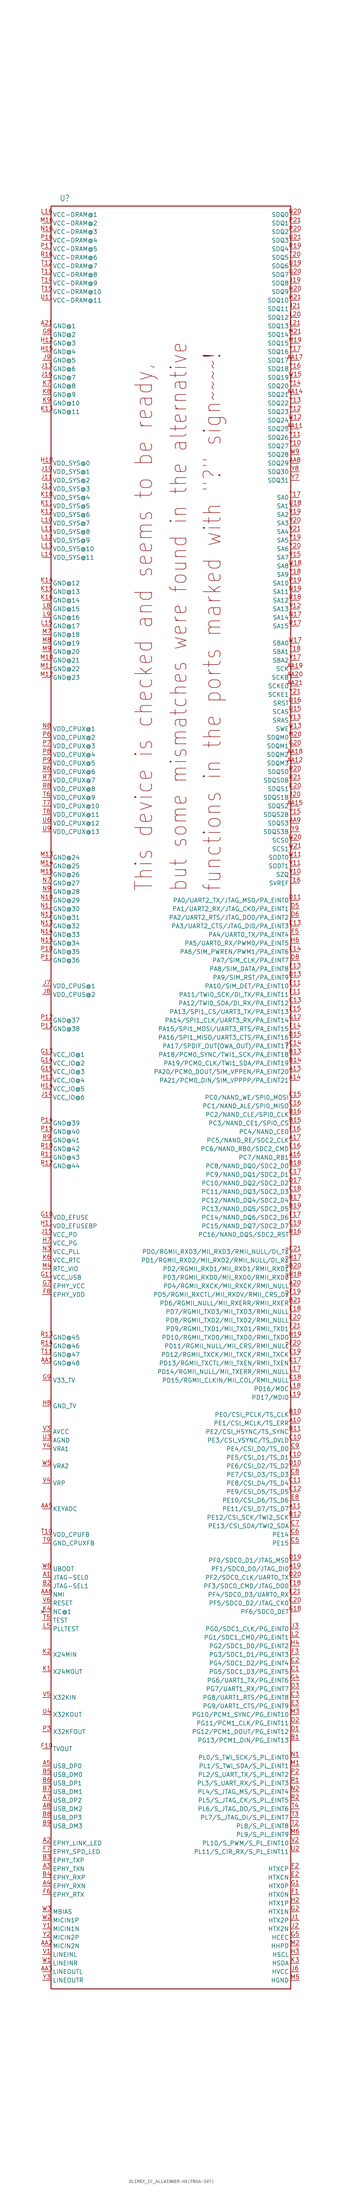
<source format=kicad_sym>
(kicad_symbol_lib
  (version 20231120)
  (generator "kicad_symbol_editor")
  (generator_version "8.0")
  (symbol "OLIMEX_IC_ALLWINNER-H3(FBGA-347)"
    (property "Reference" "U"
      (at -33.02 265.43 0)
      (effects (font (size 1.778 1.511)) (justify left bottom)))
    (property "Value" ""
      (at -33.02 -266.7 0)
      (effects (font (size 1.778 1.511)) (justify left bottom)))
    (property "ki_locked" ""
      (at 0 0 0)
      (effects (font (size 1.27 1.27))))
    (symbol "OLIMEX_IC_ALLWINNER-H3(FBGA-347)_1_0"
      (polyline (pts (xy -35.56 -264.16) (xy -35.56 264.16)) (stroke (width 0.254) (type solid)) (fill (type none)))
      (polyline (pts (xy -35.56 264.16) (xy 35.56 264.16)) (stroke (width 0.254) (type solid)) (fill (type none)))
      (polyline (pts (xy 35.56 -264.16) (xy -35.56 -264.16)) (stroke (width 0.254) (type solid)) (fill (type none)))
      (polyline (pts (xy 35.56 264.16) (xy 35.56 -264.16)) (stroke (width 0.254) (type solid)) (fill (type none)))
      (text "?" (at 33.655 -74.549 0) (effects (font (size 1.778 1.511)) (justify left bottom)))
      (text "?" (at 33.655 -59.309 0) (effects (font (size 1.778 1.511)) (justify left bottom)))
      (text "?" (at 33.655 -54.229 0) (effects (font (size 1.778 1.511)) (justify left bottom)))
      (text "?" (at 33.655 -51.689 0) (effects (font (size 1.778 1.511)) (justify left bottom)))
      (text "?" (at 33.655 -49.149 0) (effects (font (size 1.778 1.511)) (justify left bottom)))
      (text "?" (at 33.655 -46.609 0) (effects (font (size 1.778 1.511)) (justify left bottom)))
      (text "?" (at 33.655 14.351 0) (effects (font (size 1.778 1.511)) (justify left bottom)))
      (text "but some mismatches were found in the alternative" (at 5.08 60.96 900) (effects (font (size 4.826 4.102)) (justify left bottom)))
      (text "functions in the ports marked with \"?\" sign~~~~!" (at 15.24 60.96 900) (effects (font (size 5.08 4.318)) (justify left bottom)))
      (text "This device is checked and seems to be ready," (at -5.08 60.96 900) (effects (font (size 5.08 4.318)) (justify left bottom)))
      (pin input line (at -38.1 -142.24 0) (length 2.54) (name "JTAG-SEL0" (effects (font (size 1.27 1.27)))) (number "A1" (effects (font (size 1.27 1.27)))))
      (pin bidirectional line (at 38.1 -96.52 180) (length 2.54) (name "PE1/CSI_MCLK/TS_ERR" (effects (font (size 1.27 1.27)))) (number "A10" (effects (font (size 1.27 1.27)))))
      (pin bidirectional line (at 38.1 -121.92 180) (length 2.54) (name "PE11/CSI_D7/TS_D7" (effects (font (size 1.27 1.27)))) (number "A11" (effects (font (size 1.27 1.27)))))
      (pin bidirectional line (at 38.1 7.62 180) (length 2.54) (name "PA20/PCM0_DOUT/SIM_VPPEN/PA_EINT20" (effects (font (size 1.27 1.27)))) (number "A13" (effects (font (size 1.27 1.27)))))
      (pin bidirectional line (at 38.1 5.08 180) (length 2.54) (name "PA21/PCM0_DIN/SIM_VPPPP/PA_EINT21" (effects (font (size 1.27 1.27)))) (number "A14" (effects (font (size 1.27 1.27)))))
      (pin bidirectional line (at 38.1 -17.78 180) (length 2.54) (name "PC7/NAND_RB1" (effects (font (size 1.27 1.27)))) (number "A16" (effects (font (size 1.27 1.27)))))
      (pin bidirectional line (at 38.1 -12.7 180) (length 2.54) (name "PC5/NAND_RE/SDC2_CLK" (effects (font (size 1.27 1.27)))) (number "A17" (effects (font (size 1.27 1.27)))))
      (pin bidirectional line (at 38.1 -139.7 180) (length 2.54) (name "PF1/SDC0_D0/JTAG_DI0" (effects (font (size 1.27 1.27)))) (number "A19" (effects (font (size 1.27 1.27)))))
      (pin output line (at -38.1 -220.98 0) (length 2.54) (name "EPHY_LINK_LED" (effects (font (size 1.27 1.27)))) (number "A2" (effects (font (size 1.27 1.27)))))
      (pin bidirectional line (at 38.1 -55.88 180) (length 2.54) (name "PD4/RGMII_RXCK/MII_RXCK/RMII_NULL" (effects (font (size 1.27 1.27)))) (number "A20" (effects (font (size 1.27 1.27)))))
      (pin power_in line (at -38.1 228.6 0) (length 2.54) (name "GND@1" (effects (font (size 1.27 1.27)))) (number "A21" (effects (font (size 1.27 1.27)))))
      (pin bidirectional line (at -38.1 -228.6 0) (length 2.54) (name "EPHY_TXN" (effects (font (size 1.27 1.27)))) (number "A3" (effects (font (size 1.27 1.27)))))
      (pin bidirectional line (at -38.1 -233.68 0) (length 2.54) (name "EPHY_RXN" (effects (font (size 1.27 1.27)))) (number "A4" (effects (font (size 1.27 1.27)))))
      (pin bidirectional line (at -38.1 -198.12 0) (length 2.54) (name "USB_DP0" (effects (font (size 1.27 1.27)))) (number "A5" (effects (font (size 1.27 1.27)))))
      (pin bidirectional line (at -38.1 -208.28 0) (length 2.54) (name "USB_DP2" (effects (font (size 1.27 1.27)))) (number "A7" (effects (font (size 1.27 1.27)))))
      (pin bidirectional line (at -38.1 -210.82 0) (length 2.54) (name "USB_DM2" (effects (font (size 1.27 1.27)))) (number "A8" (effects (font (size 1.27 1.27)))))
      (pin power_in line (at -38.1 -78.74 0) (length 2.54) (name "GND@48" (effects (font (size 1.27 1.27)))) (number "AA1" (effects (font (size 1.27 1.27)))))
      (pin bidirectional line (at 38.1 198.12 180) (length 2.54) (name "SDQ25" (effects (font (size 1.27 1.27)))) (number "AA11" (effects (font (size 1.27 1.27)))))
      (pin output line (at 38.1 99.06 180) (length 2.54) (name "SDQM3" (effects (font (size 1.27 1.27)))) (number "AA12" (effects (font (size 1.27 1.27)))))
      (pin bidirectional line (at 38.1 208.28 180) (length 2.54) (name "SDQ21" (effects (font (size 1.27 1.27)))) (number "AA14" (effects (font (size 1.27 1.27)))))
      (pin bidirectional line (at 38.1 86.36 180) (length 2.54) (name "SDQS2" (effects (font (size 1.27 1.27)))) (number "AA15" (effects (font (size 1.27 1.27)))))
      (pin bidirectional line (at 38.1 218.44 180) (length 2.54) (name "SDQ17" (effects (font (size 1.27 1.27)))) (number "AA17" (effects (font (size 1.27 1.27)))))
      (pin output line (at 38.1 101.6 180) (length 2.54) (name "SDQM2" (effects (font (size 1.27 1.27)))) (number "AA18" (effects (font (size 1.27 1.27)))))
      (pin output line (at 38.1 127 180) (length 2.54) (name "SCK" (effects (font (size 1.27 1.27)))) (number "AA19" (effects (font (size 1.27 1.27)))))
      (pin input line (at -38.1 -251.46 0) (length 2.54) (name "MICIN2N" (effects (font (size 1.27 1.27)))) (number "AA2" (effects (font (size 1.27 1.27)))))
      (pin output line (at 38.1 124.46 180) (length 2.54) (name "SCKB" (effects (font (size 1.27 1.27)))) (number "AA20" (effects (font (size 1.27 1.27)))))
      (pin output line (at 38.1 121.92 180) (length 2.54) (name "SCKE0" (effects (font (size 1.27 1.27)))) (number "AA21" (effects (font (size 1.27 1.27)))))
      (pin output line (at -38.1 -259.08 0) (length 2.54) (name "LINEOUTL" (effects (font (size 1.27 1.27)))) (number "AA3" (effects (font (size 1.27 1.27)))))
      (pin input line (at -38.1 -121.92 0) (length 2.54) (name "KEYADC" (effects (font (size 1.27 1.27)))) (number "AA5" (effects (font (size 1.27 1.27)))))
      (pin input line (at -38.1 -147.32 0) (length 2.54) (name "NMI" (effects (font (size 1.27 1.27)))) (number "AA6" (effects (font (size 1.27 1.27)))))
      (pin bidirectional line (at 38.1 187.96 180) (length 2.54) (name "SDQ29" (effects (font (size 1.27 1.27)))) (number "AA8" (effects (font (size 1.27 1.27)))))
      (pin bidirectional line (at 38.1 81.28 180) (length 2.54) (name "SDQS3" (effects (font (size 1.27 1.27)))) (number "AA9" (effects (font (size 1.27 1.27)))))
      (pin bidirectional line (at 38.1 -190.5 180) (length 2.54) (name "PG13/PCM1_DIN/PG_EINT13" (effects (font (size 1.27 1.27)))) (number "B1" (effects (font (size 1.27 1.27)))))
      (pin bidirectional line (at 38.1 -93.98 180) (length 2.54) (name "PE0/CSI_PCLK/TS_CLK" (effects (font (size 1.27 1.27)))) (number "B10" (effects (font (size 1.27 1.27)))))
      (pin bidirectional line (at 38.1 -99.06 180) (length 2.54) (name "PE2/CSI_HSYNC/TS_SYNC" (effects (font (size 1.27 1.27)))) (number "B11" (effects (font (size 1.27 1.27)))))
      (pin bidirectional line (at 38.1 -124.46 180) (length 2.54) (name "PE12/CSI_SCK/TWI2_SCK" (effects (font (size 1.27 1.27)))) (number "B12" (effects (font (size 1.27 1.27)))))
      (pin bidirectional line (at 38.1 12.7 180) (length 2.54) (name "PA18/PCM0_SYNC/TWI1_SCK/PA_EINT18" (effects (font (size 1.27 1.27)))) (number "B13" (effects (font (size 1.27 1.27)))))
      (pin bidirectional line (at 38.1 10.16 180) (length 2.54) (name "PA19/PCM0_CLK/TWI1_SDA/PA_EINT19" (effects (font (size 1.27 1.27)))) (number "B14" (effects (font (size 1.27 1.27)))))
      (pin bidirectional line (at 38.1 -7.62 180) (length 2.54) (name "PC3/NAND_CE1/SPI0_CS" (effects (font (size 1.27 1.27)))) (number "B15" (effects (font (size 1.27 1.27)))))
      (pin bidirectional line (at 38.1 -5.08 180) (length 2.54) (name "PC2/NAND_CLE/SPI0_CLK" (effects (font (size 1.27 1.27)))) (number "B16" (effects (font (size 1.27 1.27)))))
      (pin bidirectional line (at 38.1 -30.48 180) (length 2.54) (name "PC12/NAND_DQ4/SDC2_D4" (effects (font (size 1.27 1.27)))) (number "B17" (effects (font (size 1.27 1.27)))))
      (pin bidirectional line (at 38.1 -20.32 180) (length 2.54) (name "PC8/NAND_DQ0/SDC2_D0" (effects (font (size 1.27 1.27)))) (number "B18" (effects (font (size 1.27 1.27)))))
      (pin bidirectional line (at 38.1 -33.02 180) (length 2.54) (name "PC13/NAND_DQ5/SDC2_D5" (effects (font (size 1.27 1.27)))) (number "B19" (effects (font (size 1.27 1.27)))))
      (pin input line (at -38.1 -144.78 0) (length 2.54) (name "JTAG-SEL1" (effects (font (size 1.27 1.27)))) (number "B2" (effects (font (size 1.27 1.27)))))
      (pin bidirectional line (at 38.1 -50.8 180) (length 2.54) (name "PD2/RGMII_RXD1/MII_RXD1/RMII_RXD1" (effects (font (size 1.27 1.27)))) (number "B20" (effects (font (size 1.27 1.27)))))
      (pin bidirectional line (at 38.1 -60.96 180) (length 2.54) (name "PD6/RGMII_NULL/MII_RXERR/RMII_RXER" (effects (font (size 1.27 1.27)))) (number "B21" (effects (font (size 1.27 1.27)))))
      (pin bidirectional line (at -38.1 -226.06 0) (length 2.54) (name "EPHY_TXP" (effects (font (size 1.27 1.27)))) (number "B3" (effects (font (size 1.27 1.27)))))
      (pin bidirectional line (at -38.1 -231.14 0) (length 2.54) (name "EPHY_RXP" (effects (font (size 1.27 1.27)))) (number "B4" (effects (font (size 1.27 1.27)))))
      (pin bidirectional line (at -38.1 -200.66 0) (length 2.54) (name "USB_DM0" (effects (font (size 1.27 1.27)))) (number "B5" (effects (font (size 1.27 1.27)))))
      (pin bidirectional line (at -38.1 -203.2 0) (length 2.54) (name "USB_DP1" (effects (font (size 1.27 1.27)))) (number "B6" (effects (font (size 1.27 1.27)))))
      (pin bidirectional line (at -38.1 -205.74 0) (length 2.54) (name "USB_DM1" (effects (font (size 1.27 1.27)))) (number "B7" (effects (font (size 1.27 1.27)))))
      (pin bidirectional line (at -38.1 -213.36 0) (length 2.54) (name "USB_DP3" (effects (font (size 1.27 1.27)))) (number "B8" (effects (font (size 1.27 1.27)))))
      (pin bidirectional line (at -38.1 -215.9 0) (length 2.54) (name "USB_DM3" (effects (font (size 1.27 1.27)))) (number "B9" (effects (font (size 1.27 1.27)))))
      (pin bidirectional line (at 38.1 -170.18 180) (length 2.54) (name "PG5/SDC1_D3/PG_EINT5" (effects (font (size 1.27 1.27)))) (number "C1" (effects (font (size 1.27 1.27)))))
      (pin bidirectional line (at 38.1 -101.6 180) (length 2.54) (name "PE3/CSI_VSYNC/TS_DVLD" (effects (font (size 1.27 1.27)))) (number "C10" (effects (font (size 1.27 1.27)))))
      (pin bidirectional line (at 38.1 -114.3 180) (length 2.54) (name "PE8/CSI_D4/TS_D4" (effects (font (size 1.27 1.27)))) (number "C11" (effects (font (size 1.27 1.27)))))
      (pin bidirectional line (at 38.1 -116.84 180) (length 2.54) (name "PE9/CSI_D5/TS_D5" (effects (font (size 1.27 1.27)))) (number "C12" (effects (font (size 1.27 1.27)))))
      (pin bidirectional line (at 38.1 27.94 180) (length 2.54) (name "PA12/TWI0_SDA/DI_RX/PA_EINT12" (effects (font (size 1.27 1.27)))) (number "C13" (effects (font (size 1.27 1.27)))))
      (pin bidirectional line (at 38.1 15.24 180) (length 2.54) (name "PA17/SPDIF_OUT(OWA_OUT)/PA_EINT17" (effects (font (size 1.27 1.27)))) (number "C14" (effects (font (size 1.27 1.27)))))
      (pin bidirectional line (at 38.1 0 180) (length 2.54) (name "PC0/NAND_WE/SPI0_MOSI" (effects (font (size 1.27 1.27)))) (number "C15" (effects (font (size 1.27 1.27)))))
      (pin bidirectional line (at 38.1 -2.54 180) (length 2.54) (name "PC1/NAND_ALE/SPI0_MISO" (effects (font (size 1.27 1.27)))) (number "C16" (effects (font (size 1.27 1.27)))))
      (pin bidirectional line (at 38.1 -22.86 180) (length 2.54) (name "PC9/NAND_DQ1/SDC2_D1" (effects (font (size 1.27 1.27)))) (number "C17" (effects (font (size 1.27 1.27)))))
      (pin bidirectional line (at 38.1 -27.94 180) (length 2.54) (name "PC11/NAND_DQ3/SDC2_D3" (effects (font (size 1.27 1.27)))) (number "C18" (effects (font (size 1.27 1.27)))))
      (pin bidirectional line (at 38.1 -38.1 180) (length 2.54) (name "PC15/NAND_DQ7/SDC2_D7" (effects (font (size 1.27 1.27)))) (number "C19" (effects (font (size 1.27 1.27)))))
      (pin bidirectional line (at 38.1 -167.64 180) (length 2.54) (name "PG4/SDC1_D2/PG_EINT4" (effects (font (size 1.27 1.27)))) (number "C2" (effects (font (size 1.27 1.27)))))
      (pin bidirectional line (at 38.1 -149.86 180) (length 2.54) (name "PF5/SDC0_D2/JTAG_CK0" (effects (font (size 1.27 1.27)))) (number "C20" (effects (font (size 1.27 1.27)))))
      (pin bidirectional line (at 38.1 -45.72 180) (length 2.54) (name "PD0/RGMII_RXD3/MII_RXD3/RMII_NULL/DI_TX" (effects (font (size 1.27 1.27)))) (number "C21" (effects (font (size 1.27 1.27)))))
      (pin bidirectional line (at 38.1 -177.8 180) (length 2.54) (name "PG8/UART1_RTS/PG_EINT8" (effects (font (size 1.27 1.27)))) (number "C3" (effects (font (size 1.27 1.27)))))
      (pin bidirectional line (at 38.1 -132.08 180) (length 2.54) (name "PE15" (effects (font (size 1.27 1.27)))) (number "C5" (effects (font (size 1.27 1.27)))))
      (pin bidirectional line (at 38.1 -129.54 180) (length 2.54) (name "PE14" (effects (font (size 1.27 1.27)))) (number "C6" (effects (font (size 1.27 1.27)))))
      (pin bidirectional line (at 38.1 -127 180) (length 2.54) (name "PE13/CSI_SDA/TWI2_SDA" (effects (font (size 1.27 1.27)))) (number "C7" (effects (font (size 1.27 1.27)))))
      (pin bidirectional line (at 38.1 -111.76 180) (length 2.54) (name "PE7/CSI_D3/TS_D3" (effects (font (size 1.27 1.27)))) (number "C8" (effects (font (size 1.27 1.27)))))
      (pin bidirectional line (at 38.1 -104.14 180) (length 2.54) (name "PE4/CSI_D0/TS_D0" (effects (font (size 1.27 1.27)))) (number "C9" (effects (font (size 1.27 1.27)))))
      (pin bidirectional line (at 38.1 -187.96 180) (length 2.54) (name "PG12/PCM1_DOUT/PG_EINT12" (effects (font (size 1.27 1.27)))) (number "D1" (effects (font (size 1.27 1.27)))))
      (pin bidirectional line (at 38.1 -109.22 180) (length 2.54) (name "PE6/CSI_D2/TS_D2" (effects (font (size 1.27 1.27)))) (number "D10" (effects (font (size 1.27 1.27)))))
      (pin bidirectional line (at 38.1 58.42 180) (length 2.54) (name "PA0/UART2_TX/JTAG_MS0/PA_EINT0" (effects (font (size 1.27 1.27)))) (number "D11" (effects (font (size 1.27 1.27)))))
      (pin bidirectional line (at 38.1 35.56 180) (length 2.54) (name "PA9/SIM_RST/PA_EINT9" (effects (font (size 1.27 1.27)))) (number "D13" (effects (font (size 1.27 1.27)))))
      (pin bidirectional line (at 38.1 17.78 180) (length 2.54) (name "PA16/SPI1_MISO/UART3_CTS/PA_EINT16" (effects (font (size 1.27 1.27)))) (number "D15" (effects (font (size 1.27 1.27)))))
      (pin bidirectional line (at 38.1 -25.4 180) (length 2.54) (name "PC10/NAND_DQ2/SDC2_D2" (effects (font (size 1.27 1.27)))) (number "D17" (effects (font (size 1.27 1.27)))))
      (pin bidirectional line (at 38.1 -137.16 180) (length 2.54) (name "PF0/SDC0_D1/JTAG_MS0" (effects (font (size 1.27 1.27)))) (number "D19" (effects (font (size 1.27 1.27)))))
      (pin bidirectional line (at 38.1 -185.42 180) (length 2.54) (name "PG11/PCM1_CLK/PG_EINT11" (effects (font (size 1.27 1.27)))) (number "D2" (effects (font (size 1.27 1.27)))))
      (pin bidirectional line (at 38.1 -142.24 180) (length 2.54) (name "PF2/SDC0_CLK/UART0_TX" (effects (font (size 1.27 1.27)))) (number "D20" (effects (font (size 1.27 1.27)))))
      (pin bidirectional line (at 38.1 -175.26 180) (length 2.54) (name "PG7/UART1_RX/PG_EINT7" (effects (font (size 1.27 1.27)))) (number "D3" (effects (font (size 1.27 1.27)))))
      (pin bidirectional line (at 38.1 55.88 180) (length 2.54) (name "PA1/UART2_RX/JTAG_CK0/PA_EINT1" (effects (font (size 1.27 1.27)))) (number "D5" (effects (font (size 1.27 1.27)))))
      (pin bidirectional line (at 38.1 53.34 180) (length 2.54) (name "PA2/UART2_RTS/JTAG_DO0/PA_EINT2" (effects (font (size 1.27 1.27)))) (number "D6" (effects (font (size 1.27 1.27)))))
      (pin bidirectional line (at 38.1 40.64 180) (length 2.54) (name "PA7/SIM_CLK/PA_EINT7" (effects (font (size 1.27 1.27)))) (number "D8" (effects (font (size 1.27 1.27)))))
      (pin bidirectional line (at 38.1 -106.68 180) (length 2.54) (name "PE5/CSI_D1/TS_D1" (effects (font (size 1.27 1.27)))) (number "E10" (effects (font (size 1.27 1.27)))))
      (pin bidirectional line (at 38.1 33.02 180) (length 2.54) (name "PA10/SIM_DET/PA_EINT10" (effects (font (size 1.27 1.27)))) (number "E11" (effects (font (size 1.27 1.27)))))
      (pin bidirectional line (at 38.1 50.8 180) (length 2.54) (name "PA3/UART2_CTS/JTAG_DI0/PA_EINT3" (effects (font (size 1.27 1.27)))) (number "E13" (effects (font (size 1.27 1.27)))))
      (pin bidirectional line (at 38.1 43.18 180) (length 2.54) (name "PA6/SIM_PWREN/PWM1/PA_EINT6" (effects (font (size 1.27 1.27)))) (number "E14" (effects (font (size 1.27 1.27)))))
      (pin bidirectional line (at 38.1 25.4 180) (length 2.54) (name "PA13/SPI1_CS/UART3_TX/PA_EINT13" (effects (font (size 1.27 1.27)))) (number "E15" (effects (font (size 1.27 1.27)))))
      (pin bidirectional line (at 38.1 -15.24 180) (length 2.54) (name "PC6/NAND_RB0/SDC2_CMD" (effects (font (size 1.27 1.27)))) (number "E16" (effects (font (size 1.27 1.27)))))
      (pin bidirectional line (at 38.1 -63.5 180) (length 2.54) (name "PD7/RGMII_TXD3/MII_TXD3/RMII_NULL" (effects (font (size 1.27 1.27)))) (number "E18" (effects (font (size 1.27 1.27)))))
      (pin bidirectional line (at 38.1 -76.2 180) (length 2.54) (name "PD12/RGMII_TXCK/MII_TXCK/RMII_TXCK" (effects (font (size 1.27 1.27)))) (number "E19" (effects (font (size 1.27 1.27)))))
      (pin output line (at 38.1 -231.14 180) (length 2.54) (name "HTXCN" (effects (font (size 1.27 1.27)))) (number "E2" (effects (font (size 1.27 1.27)))))
      (pin bidirectional line (at 38.1 -66.04 180) (length 2.54) (name "PD8/RGMII_TXD2/MII_TXD2/RMII_NULL" (effects (font (size 1.27 1.27)))) (number "E20" (effects (font (size 1.27 1.27)))))
      (pin bidirectional line (at 38.1 -147.32 180) (length 2.54) (name "PF4/SDC0_D3/UART0_RX" (effects (font (size 1.27 1.27)))) (number "E21" (effects (font (size 1.27 1.27)))))
      (pin bidirectional line (at 38.1 -180.34 180) (length 2.54) (name "PG9/UART1_CTS/PG_EINT9" (effects (font (size 1.27 1.27)))) (number "E3" (effects (font (size 1.27 1.27)))))
      (pin bidirectional line (at 38.1 -119.38 180) (length 2.54) (name "PE10/CSI_D6/TS_D6" (effects (font (size 1.27 1.27)))) (number "E8" (effects (font (size 1.27 1.27)))))
      (pin output line (at 38.1 -236.22 180) (length 2.54) (name "HTX0N" (effects (font (size 1.27 1.27)))) (number "F1" (effects (font (size 1.27 1.27)))))
      (pin output line (at -38.1 -193.04 0) (length 2.54) (name "TVOUT" (effects (font (size 1.27 1.27)))) (number "F10" (effects (font (size 1.27 1.27)))))
      (pin bidirectional line (at 38.1 30.48 180) (length 2.54) (name "PA11/TWI0_SCK/DI_TX/PA_EINT11" (effects (font (size 1.27 1.27)))) (number "F11" (effects (font (size 1.27 1.27)))))
      (pin bidirectional line (at 38.1 38.1 180) (length 2.54) (name "PA8/SIM_DATA/PA_EINT8" (effects (font (size 1.27 1.27)))) (number "F13" (effects (font (size 1.27 1.27)))))
      (pin bidirectional line (at 38.1 20.32 180) (length 2.54) (name "PA15/SPI1_MOSI/UART3_RTS/PA_EINT15" (effects (font (size 1.27 1.27)))) (number "F14" (effects (font (size 1.27 1.27)))))
      (pin bidirectional line (at 38.1 -10.16 180) (length 2.54) (name "PC4/NAND_CE0" (effects (font (size 1.27 1.27)))) (number "F16" (effects (font (size 1.27 1.27)))))
      (pin bidirectional line (at 38.1 -35.56 180) (length 2.54) (name "PC14/NAND_DQ6/SDC2_D6" (effects (font (size 1.27 1.27)))) (number "F17" (effects (font (size 1.27 1.27)))))
      (pin bidirectional line (at 38.1 -144.78 180) (length 2.54) (name "PF3/SDC0_CMD/JTAG_DO0" (effects (font (size 1.27 1.27)))) (number "F18" (effects (font (size 1.27 1.27)))))
      (pin bidirectional line (at 38.1 -58.42 180) (length 2.54) (name "PD5/RGMII_RXCTL/MII_RXDV/RMII_CRS_DV" (effects (font (size 1.27 1.27)))) (number "F19" (effects (font (size 1.27 1.27)))))
      (pin output line (at 38.1 -228.6 180) (length 2.54) (name "HTXCP" (effects (font (size 1.27 1.27)))) (number "F2" (effects (font (size 1.27 1.27)))))
      (pin bidirectional line (at 38.1 -73.66 180) (length 2.54) (name "PD11/RGMII_NULL/MII_CRS/RMII_NULL" (effects (font (size 1.27 1.27)))) (number "F20" (effects (font (size 1.27 1.27)))))
      (pin bidirectional line (at 38.1 -68.58 180) (length 2.54) (name "PD9/RGMII_TXD1/MII_TXD1/RMII_TXD1" (effects (font (size 1.27 1.27)))) (number "F21" (effects (font (size 1.27 1.27)))))
      (pin bidirectional line (at 38.1 -165.1 180) (length 2.54) (name "PG3/SDC1_D1/PG_EINT3" (effects (font (size 1.27 1.27)))) (number "F3" (effects (font (size 1.27 1.27)))))
      (pin bidirectional line (at 38.1 48.26 180) (length 2.54) (name "PA4/UART0_TX/PA_EINT4" (effects (font (size 1.27 1.27)))) (number "F5" (effects (font (size 1.27 1.27)))))
      (pin input line (at -38.1 -236.22 0) (length 2.54) (name "EPHY_RTX" (effects (font (size 1.27 1.27)))) (number "F6" (effects (font (size 1.27 1.27)))))
      (pin output line (at -38.1 -223.52 0) (length 2.54) (name "EPHY_SPD_LED" (effects (font (size 1.27 1.27)))) (number "F7" (effects (font (size 1.27 1.27)))))
      (pin power_in line (at -38.1 -58.42 0) (length 2.54) (name "EPHY_VDD" (effects (font (size 1.27 1.27)))) (number "F8" (effects (font (size 1.27 1.27)))))
      (pin output line (at 38.1 -233.68 180) (length 2.54) (name "HTX0P" (effects (font (size 1.27 1.27)))) (number "G1" (effects (font (size 1.27 1.27)))))
      (pin power_in line (at -38.1 -35.56 0) (length 2.54) (name "VDD_EFUSE" (effects (font (size 1.27 1.27)))) (number "G10" (effects (font (size 1.27 1.27)))))
      (pin power_in line (at -38.1 -53.34 0) (length 2.54) (name "VCC_USB" (effects (font (size 1.27 1.27)))) (number "G11" (effects (font (size 1.27 1.27)))))
      (pin bidirectional line (at 38.1 22.86 180) (length 2.54) (name "PA14/SPI1_CLK/UART3_RX/PA_EINT14" (effects (font (size 1.27 1.27)))) (number "G12" (effects (font (size 1.27 1.27)))))
      (pin power_in line (at -38.1 12.7 0) (length 2.54) (name "VCC_IO@1" (effects (font (size 1.27 1.27)))) (number "G13" (effects (font (size 1.27 1.27)))))
      (pin power_in line (at -38.1 10.16 0) (length 2.54) (name "VCC_IO@2" (effects (font (size 1.27 1.27)))) (number "G14" (effects (font (size 1.27 1.27)))))
      (pin power_in line (at -38.1 7.62 0) (length 2.54) (name "VCC_IO@3" (effects (font (size 1.27 1.27)))) (number "G15" (effects (font (size 1.27 1.27)))))
      (pin bidirectional line (at 38.1 -152.4 180) (length 2.54) (name "PF6/SDC0_DET" (effects (font (size 1.27 1.27)))) (number "G18" (effects (font (size 1.27 1.27)))))
      (pin output line (at 38.1 -241.3 180) (length 2.54) (name "HTX1N" (effects (font (size 1.27 1.27)))) (number "G2" (effects (font (size 1.27 1.27)))))
      (pin output line (at 38.1 104.14 180) (length 2.54) (name "SDQM1" (effects (font (size 1.27 1.27)))) (number "G20" (effects (font (size 1.27 1.27)))))
      (pin bidirectional line (at 38.1 -172.72 180) (length 2.54) (name "PG6/UART1_TX/PG_EINT6" (effects (font (size 1.27 1.27)))) (number "G4" (effects (font (size 1.27 1.27)))))
      (pin bidirectional line (at 38.1 -248.92 180) (length 2.54) (name "HCEC" (effects (font (size 1.27 1.27)))) (number "G5" (effects (font (size 1.27 1.27)))))
      (pin power_in line (at -38.1 -55.88 0) (length 2.54) (name "EPHY_VCC" (effects (font (size 1.27 1.27)))) (number "G7" (effects (font (size 1.27 1.27)))))
      (pin power_in line (at -38.1 226.06 0) (length 2.54) (name "GND@2" (effects (font (size 1.27 1.27)))) (number "G8" (effects (font (size 1.27 1.27)))))
      (pin power_in line (at -38.1 -83.82 0) (length 2.54) (name "V33_TV" (effects (font (size 1.27 1.27)))) (number "G9" (effects (font (size 1.27 1.27)))))
      (pin power_in line (at -38.1 187.96 0) (length 2.54) (name "VDD_SYS@0" (effects (font (size 1.27 1.27)))) (number "H10" (effects (font (size 1.27 1.27)))))
      (pin power_in line (at -38.1 -38.1 0) (length 2.54) (name "VDD_EFUSEBP" (effects (font (size 1.27 1.27)))) (number "H11" (effects (font (size 1.27 1.27)))))
      (pin power_in line (at -38.1 223.52 0) (length 2.54) (name "GND@3" (effects (font (size 1.27 1.27)))) (number "H12" (effects (font (size 1.27 1.27)))))
      (pin power_in line (at -38.1 5.08 0) (length 2.54) (name "VCC_IO@4" (effects (font (size 1.27 1.27)))) (number "H13" (effects (font (size 1.27 1.27)))))
      (pin power_in line (at -38.1 2.54 0) (length 2.54) (name "VCC_IO@5" (effects (font (size 1.27 1.27)))) (number "H14" (effects (font (size 1.27 1.27)))))
      (pin power_in line (at -38.1 220.98 0) (length 2.54) (name "GND@4" (effects (font (size 1.27 1.27)))) (number "H15" (effects (font (size 1.27 1.27)))))
      (pin bidirectional line (at 38.1 -40.64 180) (length 2.54) (name "PC16/NAND_DQS/SDC2_RST" (effects (font (size 1.27 1.27)))) (number "H16" (effects (font (size 1.27 1.27)))))
      (pin bidirectional line (at 38.1 -48.26 180) (length 2.54) (name "PD1/RGMII_RXD2/MII_RXD2/RMII_NULL/DI_RX" (effects (font (size 1.27 1.27)))) (number "H17" (effects (font (size 1.27 1.27)))))
      (pin bidirectional line (at 38.1 -53.34 180) (length 2.54) (name "PD3/RGMII_RXD0/MII_RXD0/RMII_RXD0" (effects (font (size 1.27 1.27)))) (number "H18" (effects (font (size 1.27 1.27)))))
      (pin bidirectional line (at 38.1 -71.12 180) (length 2.54) (name "PD10/RGMII_TXD0/MII_TXD0/RMII_TXD0" (effects (font (size 1.27 1.27)))) (number "H19" (effects (font (size 1.27 1.27)))))
      (pin output line (at 38.1 -238.76 180) (length 2.54) (name "HTX1P" (effects (font (size 1.27 1.27)))) (number "H2" (effects (font (size 1.27 1.27)))))
      (pin bidirectional line (at 38.1 238.76 180) (length 2.54) (name "SDQ9" (effects (font (size 1.27 1.27)))) (number "H20" (effects (font (size 1.27 1.27)))))
      (pin bidirectional line (at 38.1 236.22 180) (length 2.54) (name "SDQ10" (effects (font (size 1.27 1.27)))) (number "H21" (effects (font (size 1.27 1.27)))))
      (pin output line (at 38.1 -254 180) (length 2.54) (name "HSCL" (effects (font (size 1.27 1.27)))) (number "H3" (effects (font (size 1.27 1.27)))))
      (pin bidirectional line (at 38.1 -162.56 180) (length 2.54) (name "PG2/SDC1_D0/PG_EINT2" (effects (font (size 1.27 1.27)))) (number "H4" (effects (font (size 1.27 1.27)))))
      (pin bidirectional line (at 38.1 45.72 180) (length 2.54) (name "PA5/UART0_RX/PWM0/PA_EINT5" (effects (font (size 1.27 1.27)))) (number "H6" (effects (font (size 1.27 1.27)))))
      (pin power_in line (at -38.1 -43.18 0) (length 2.54) (name "VCC_PG" (effects (font (size 1.27 1.27)))) (number "H7" (effects (font (size 1.27 1.27)))))
      (pin power_in line (at -38.1 -91.44 0) (length 2.54) (name "GND_TV" (effects (font (size 1.27 1.27)))) (number "H8" (effects (font (size 1.27 1.27)))))
      (pin output line (at 38.1 -243.84 180) (length 2.54) (name "HTX2P" (effects (font (size 1.27 1.27)))) (number "J1" (effects (font (size 1.27 1.27)))))
      (pin power_in line (at -38.1 185.42 0) (length 2.54) (name "VDD_SYS@1" (effects (font (size 1.27 1.27)))) (number "J10" (effects (font (size 1.27 1.27)))))
      (pin power_in line (at -38.1 182.88 0) (length 2.54) (name "VDD_SYS@2" (effects (font (size 1.27 1.27)))) (number "J11" (effects (font (size 1.27 1.27)))))
      (pin power_in line (at -38.1 180.34 0) (length 2.54) (name "VDD_SYS@3" (effects (font (size 1.27 1.27)))) (number "J12" (effects (font (size 1.27 1.27)))))
      (pin power_in line (at -38.1 215.9 0) (length 2.54) (name "GND@6" (effects (font (size 1.27 1.27)))) (number "J13" (effects (font (size 1.27 1.27)))))
      (pin power_in line (at -38.1 0 0) (length 2.54) (name "VCC_IO@6" (effects (font (size 1.27 1.27)))) (number "J14" (effects (font (size 1.27 1.27)))))
      (pin power_in line (at -38.1 -40.64 0) (length 2.54) (name "VCC_PD" (effects (font (size 1.27 1.27)))) (number "J15" (effects (font (size 1.27 1.27)))))
      (pin power_in line (at -38.1 213.36 0) (length 2.54) (name "GND@7" (effects (font (size 1.27 1.27)))) (number "J16" (effects (font (size 1.27 1.27)))))
      (pin bidirectional line (at 38.1 241.3 180) (length 2.54) (name "SDQ8" (effects (font (size 1.27 1.27)))) (number "J19" (effects (font (size 1.27 1.27)))))
      (pin output line (at 38.1 -246.38 180) (length 2.54) (name "HTX2N" (effects (font (size 1.27 1.27)))) (number "J2" (effects (font (size 1.27 1.27)))))
      (pin bidirectional line (at 38.1 88.9 180) (length 2.54) (name "SDQS1B" (effects (font (size 1.27 1.27)))) (number "J20" (effects (font (size 1.27 1.27)))))
      (pin bidirectional line (at 38.1 233.68 180) (length 2.54) (name "SDQ11" (effects (font (size 1.27 1.27)))) (number "J21" (effects (font (size 1.27 1.27)))))
      (pin bidirectional line (at 38.1 -157.48 180) (length 2.54) (name "PG0/SDC1_CLK/PG_EINT0" (effects (font (size 1.27 1.27)))) (number "J3" (effects (font (size 1.27 1.27)))))
      (pin power_in line (at 38.1 -259.08 180) (length 2.54) (name "HVCC" (effects (font (size 1.27 1.27)))) (number "J6" (effects (font (size 1.27 1.27)))))
      (pin power_in line (at -38.1 33.02 0) (length 2.54) (name "VDD_CPUS@1" (effects (font (size 1.27 1.27)))) (number "J7" (effects (font (size 1.27 1.27)))))
      (pin power_in line (at -38.1 30.48 0) (length 2.54) (name "VDD_CPUS@2" (effects (font (size 1.27 1.27)))) (number "J8" (effects (font (size 1.27 1.27)))))
      (pin power_in line (at -38.1 218.44 0) (length 2.54) (name "GND@5" (effects (font (size 1.27 1.27)))) (number "J9" (effects (font (size 1.27 1.27)))))
      (pin output line (at -38.1 -170.18 0) (length 2.54) (name "X24MOUT" (effects (font (size 1.27 1.27)))) (number "K1" (effects (font (size 1.27 1.27)))))
      (pin power_in line (at -38.1 177.8 0) (length 2.54) (name "VDD_SYS@4" (effects (font (size 1.27 1.27)))) (number "K10" (effects (font (size 1.27 1.27)))))
      (pin power_in line (at -38.1 175.26 0) (length 2.54) (name "VDD_SYS@5" (effects (font (size 1.27 1.27)))) (number "K11" (effects (font (size 1.27 1.27)))))
      (pin power_in line (at -38.1 172.72 0) (length 2.54) (name "VDD_SYS@6" (effects (font (size 1.27 1.27)))) (number "K12" (effects (font (size 1.27 1.27)))))
      (pin power_in line (at -38.1 203.2 0) (length 2.54) (name "GND@11" (effects (font (size 1.27 1.27)))) (number "K13" (effects (font (size 1.27 1.27)))))
      (pin power_in line (at -38.1 152.4 0) (length 2.54) (name "GND@12" (effects (font (size 1.27 1.27)))) (number "K14" (effects (font (size 1.27 1.27)))))
      (pin power_in line (at -38.1 149.86 0) (length 2.54) (name "GND@13" (effects (font (size 1.27 1.27)))) (number "K15" (effects (font (size 1.27 1.27)))))
      (pin power_in line (at -38.1 147.32 0) (length 2.54) (name "GND@14" (effects (font (size 1.27 1.27)))) (number "K16" (effects (font (size 1.27 1.27)))))
      (pin bidirectional line (at 38.1 -78.74 180) (length 2.54) (name "PD13/RGMII_TXCTL/MII_TXEN/RMII_TXEN" (effects (font (size 1.27 1.27)))) (number "K17" (effects (font (size 1.27 1.27)))))
      (pin bidirectional line (at 38.1 -83.82 180) (length 2.54) (name "PD15/RGMII_CLKIN/MII_COL/RMII_NULL" (effects (font (size 1.27 1.27)))) (number "K18" (effects (font (size 1.27 1.27)))))
      (pin input line (at -38.1 -165.1 0) (length 2.54) (name "X24MIN" (effects (font (size 1.27 1.27)))) (number "K2" (effects (font (size 1.27 1.27)))))
      (pin bidirectional line (at 38.1 91.44 180) (length 2.54) (name "SDQS1" (effects (font (size 1.27 1.27)))) (number "K20" (effects (font (size 1.27 1.27)))))
      (pin bidirectional line (at 38.1 -256.54 180) (length 2.54) (name "HSDA" (effects (font (size 1.27 1.27)))) (number "K3" (effects (font (size 1.27 1.27)))))
      (pin no_connect line (at -38.1 -152.4 0) (length 2.54) (name "NC@1" (effects (font (size 1.27 1.27)))) (number "K4" (effects (font (size 1.27 1.27)))))
      (pin power_in line (at -38.1 -48.26 0) (length 2.54) (name "VCC_RTC" (effects (font (size 1.27 1.27)))) (number "K6" (effects (font (size 1.27 1.27)))))
      (pin power_in line (at -38.1 210.82 0) (length 2.54) (name "GND@8" (effects (font (size 1.27 1.27)))) (number "K7" (effects (font (size 1.27 1.27)))))
      (pin power_in line (at -38.1 208.28 0) (length 2.54) (name "GND@9" (effects (font (size 1.27 1.27)))) (number "K8" (effects (font (size 1.27 1.27)))))
      (pin power_in line (at -38.1 205.74 0) (length 2.54) (name "GND@10" (effects (font (size 1.27 1.27)))) (number "K9" (effects (font (size 1.27 1.27)))))
      (pin power_in line (at -38.1 170.18 0) (length 2.54) (name "VDD_SYS@7" (effects (font (size 1.27 1.27)))) (number "L10" (effects (font (size 1.27 1.27)))))
      (pin power_in line (at -38.1 167.64 0) (length 2.54) (name "VDD_SYS@8" (effects (font (size 1.27 1.27)))) (number "L11" (effects (font (size 1.27 1.27)))))
      (pin power_in line (at -38.1 165.1 0) (length 2.54) (name "VDD_SYS@9" (effects (font (size 1.27 1.27)))) (number "L12" (effects (font (size 1.27 1.27)))))
      (pin power_in line (at -38.1 162.56 0) (length 2.54) (name "VDD_SYS@10" (effects (font (size 1.27 1.27)))) (number "L13" (effects (font (size 1.27 1.27)))))
      (pin power_in line (at -38.1 160.02 0) (length 2.54) (name "VDD_SYS@11" (effects (font (size 1.27 1.27)))) (number "L14" (effects (font (size 1.27 1.27)))))
      (pin power_in line (at -38.1 139.7 0) (length 2.54) (name "GND@17" (effects (font (size 1.27 1.27)))) (number "L15" (effects (font (size 1.27 1.27)))))
      (pin power_in line (at -38.1 261.62 0) (length 2.54) (name "VCC-DRAM@1" (effects (font (size 1.27 1.27)))) (number "L16" (effects (font (size 1.27 1.27)))))
      (pin bidirectional line (at 38.1 -81.28 180) (length 2.54) (name "PD14/RGMII_NULL/MII_TXERR/RMII_NULL" (effects (font (size 1.27 1.27)))) (number "L17" (effects (font (size 1.27 1.27)))))
      (pin bidirectional line (at 38.1 -86.36 180) (length 2.54) (name "PD16/MDC" (effects (font (size 1.27 1.27)))) (number "L18" (effects (font (size 1.27 1.27)))))
      (pin bidirectional line (at 38.1 -88.9 180) (length 2.54) (name "PD17/MDIO" (effects (font (size 1.27 1.27)))) (number "L19" (effects (font (size 1.27 1.27)))))
      (pin bidirectional line (at 38.1 -160.02 180) (length 2.54) (name "PG1/SDC1_CMD/PG_EINT1" (effects (font (size 1.27 1.27)))) (number "L2" (effects (font (size 1.27 1.27)))))
      (pin bidirectional line (at 38.1 231.14 180) (length 2.54) (name "SDQ12" (effects (font (size 1.27 1.27)))) (number "L20" (effects (font (size 1.27 1.27)))))
      (pin bidirectional line (at 38.1 228.6 180) (length 2.54) (name "SDQ13" (effects (font (size 1.27 1.27)))) (number "L21" (effects (font (size 1.27 1.27)))))
      (pin input line (at -38.1 -157.48 0) (length 2.54) (name "PLLTEST" (effects (font (size 1.27 1.27)))) (number "L5" (effects (font (size 1.27 1.27)))))
      (pin power_in line (at -38.1 144.78 0) (length 2.54) (name "GND@15" (effects (font (size 1.27 1.27)))) (number "L8" (effects (font (size 1.27 1.27)))))
      (pin power_in line (at -38.1 142.24 0) (length 2.54) (name "GND@16" (effects (font (size 1.27 1.27)))) (number "L9" (effects (font (size 1.27 1.27)))))
      (pin bidirectional line (at 38.1 -198.12 180) (length 2.54) (name "PL1/S_TWI_SDA/S_PL_EINT1" (effects (font (size 1.27 1.27)))) (number "M1" (effects (font (size 1.27 1.27)))))
      (pin power_in line (at -38.1 129.54 0) (length 2.54) (name "GND@21" (effects (font (size 1.27 1.27)))) (number "M10" (effects (font (size 1.27 1.27)))))
      (pin power_in line (at -38.1 127 0) (length 2.54) (name "GND@22" (effects (font (size 1.27 1.27)))) (number "M11" (effects (font (size 1.27 1.27)))))
      (pin power_in line (at -38.1 124.46 0) (length 2.54) (name "GND@23" (effects (font (size 1.27 1.27)))) (number "M12" (effects (font (size 1.27 1.27)))))
      (pin power_in line (at -38.1 71.12 0) (length 2.54) (name "GND@24" (effects (font (size 1.27 1.27)))) (number "M13" (effects (font (size 1.27 1.27)))))
      (pin power_in line (at -38.1 68.58 0) (length 2.54) (name "GND@25" (effects (font (size 1.27 1.27)))) (number "M14" (effects (font (size 1.27 1.27)))))
      (pin power_in line (at -38.1 66.04 0) (length 2.54) (name "GND@26" (effects (font (size 1.27 1.27)))) (number "M15" (effects (font (size 1.27 1.27)))))
      (pin power_in line (at -38.1 259.08 0) (length 2.54) (name "VCC-DRAM@2" (effects (font (size 1.27 1.27)))) (number "M16" (effects (font (size 1.27 1.27)))))
      (pin bidirectional line (at 38.1 223.52 180) (length 2.54) (name "SDQ15" (effects (font (size 1.27 1.27)))) (number "M19" (effects (font (size 1.27 1.27)))))
      (pin bidirectional line (at 38.1 -251.46 180) (length 2.54) (name "HHPD" (effects (font (size 1.27 1.27)))) (number "M2" (effects (font (size 1.27 1.27)))))
      (pin output line (at 38.1 106.68 180) (length 2.54) (name "SDQM0" (effects (font (size 1.27 1.27)))) (number "M20" (effects (font (size 1.27 1.27)))))
      (pin bidirectional line (at 38.1 226.06 180) (length 2.54) (name "SDQ14" (effects (font (size 1.27 1.27)))) (number "M21" (effects (font (size 1.27 1.27)))))
      (pin bidirectional line (at 38.1 -182.88 180) (length 2.54) (name "PG10/PCM1_SYNC/PG_EINT10" (effects (font (size 1.27 1.27)))) (number "M3" (effects (font (size 1.27 1.27)))))
      (pin power_in line (at -38.1 -50.8 0) (length 2.54) (name "RTC_VIO" (effects (font (size 1.27 1.27)))) (number "M4" (effects (font (size 1.27 1.27)))))
      (pin power_in line (at 38.1 -261.62 180) (length 2.54) (name "HGND" (effects (font (size 1.27 1.27)))) (number "M5" (effects (font (size 1.27 1.27)))))
      (pin bidirectional line (at 38.1 -218.44 180) (length 2.54) (name "PL9/S_PL_EINT9" (effects (font (size 1.27 1.27)))) (number "M6" (effects (font (size 1.27 1.27)))))
      (pin power_in line (at -38.1 137.16 0) (length 2.54) (name "GND@18" (effects (font (size 1.27 1.27)))) (number "M7" (effects (font (size 1.27 1.27)))))
      (pin power_in line (at -38.1 134.62 0) (length 2.54) (name "GND@19" (effects (font (size 1.27 1.27)))) (number "M8" (effects (font (size 1.27 1.27)))))
      (pin power_in line (at -38.1 132.08 0) (length 2.54) (name "GND@20" (effects (font (size 1.27 1.27)))) (number "M9" (effects (font (size 1.27 1.27)))))
      (pin bidirectional line (at 38.1 -195.58 180) (length 2.54) (name "PL0/S_TWI_SCK/S_PL_EINT0" (effects (font (size 1.27 1.27)))) (number "N1" (effects (font (size 1.27 1.27)))))
      (pin power_in line (at -38.1 58.42 0) (length 2.54) (name "GND@29" (effects (font (size 1.27 1.27)))) (number "N10" (effects (font (size 1.27 1.27)))))
      (pin power_in line (at -38.1 55.88 0) (length 2.54) (name "GND@30" (effects (font (size 1.27 1.27)))) (number "N11" (effects (font (size 1.27 1.27)))))
      (pin power_in line (at -38.1 53.34 0) (length 2.54) (name "GND@31" (effects (font (size 1.27 1.27)))) (number "N12" (effects (font (size 1.27 1.27)))))
      (pin power_in line (at -38.1 50.8 0) (length 2.54) (name "GND@32" (effects (font (size 1.27 1.27)))) (number "N13" (effects (font (size 1.27 1.27)))))
      (pin power_in line (at -38.1 48.26 0) (length 2.54) (name "GND@33" (effects (font (size 1.27 1.27)))) (number "N14" (effects (font (size 1.27 1.27)))))
      (pin power_in line (at -38.1 45.72 0) (length 2.54) (name "GND@34" (effects (font (size 1.27 1.27)))) (number "N15" (effects (font (size 1.27 1.27)))))
      (pin power_in line (at -38.1 256.54 0) (length 2.54) (name "VCC-DRAM@3" (effects (font (size 1.27 1.27)))) (number "N16" (effects (font (size 1.27 1.27)))))
      (pin bidirectional line (at 38.1 142.24 180) (length 2.54) (name "SA14" (effects (font (size 1.27 1.27)))) (number "N17" (effects (font (size 1.27 1.27)))))
      (pin bidirectional line (at 38.1 149.86 180) (length 2.54) (name "SA11" (effects (font (size 1.27 1.27)))) (number "N19" (effects (font (size 1.27 1.27)))))
      (pin bidirectional line (at 38.1 -205.74 180) (length 2.54) (name "PL4/S_JTAG_MS/S_PL_EINT4" (effects (font (size 1.27 1.27)))) (number "N2" (effects (font (size 1.27 1.27)))))
      (pin bidirectional line (at 38.1 261.62 180) (length 2.54) (name "SDQ0" (effects (font (size 1.27 1.27)))) (number "N20" (effects (font (size 1.27 1.27)))))
      (pin power_in line (at -38.1 -45.72 0) (length 2.54) (name "VCC_PLL" (effects (font (size 1.27 1.27)))) (number "N3" (effects (font (size 1.27 1.27)))))
      (pin power_in line (at -38.1 63.5 0) (length 2.54) (name "GND@27" (effects (font (size 1.27 1.27)))) (number "N7" (effects (font (size 1.27 1.27)))))
      (pin power_in line (at -38.1 109.22 0) (length 2.54) (name "VDD_CPUX@1" (effects (font (size 1.27 1.27)))) (number "N8" (effects (font (size 1.27 1.27)))))
      (pin power_in line (at -38.1 60.96 0) (length 2.54) (name "GND@28" (effects (font (size 1.27 1.27)))) (number "N9" (effects (font (size 1.27 1.27)))))
      (pin power_in line (at -38.1 43.18 0) (length 2.54) (name "GND@35" (effects (font (size 1.27 1.27)))) (number "P10" (effects (font (size 1.27 1.27)))))
      (pin power_in line (at -38.1 40.64 0) (length 2.54) (name "GND@36" (effects (font (size 1.27 1.27)))) (number "P11" (effects (font (size 1.27 1.27)))))
      (pin power_in line (at -38.1 22.86 0) (length 2.54) (name "GND@37" (effects (font (size 1.27 1.27)))) (number "P12" (effects (font (size 1.27 1.27)))))
      (pin power_in line (at -38.1 20.32 0) (length 2.54) (name "GND@38" (effects (font (size 1.27 1.27)))) (number "P13" (effects (font (size 1.27 1.27)))))
      (pin power_in line (at -38.1 -7.62 0) (length 2.54) (name "GND@39" (effects (font (size 1.27 1.27)))) (number "P14" (effects (font (size 1.27 1.27)))))
      (pin power_in line (at -38.1 -10.16 0) (length 2.54) (name "GND@40" (effects (font (size 1.27 1.27)))) (number "P15" (effects (font (size 1.27 1.27)))))
      (pin power_in line (at -38.1 254 0) (length 2.54) (name "VCC-DRAM@4" (effects (font (size 1.27 1.27)))) (number "P16" (effects (font (size 1.27 1.27)))))
      (pin power_in line (at -38.1 251.46 0) (length 2.54) (name "VCC-DRAM@5" (effects (font (size 1.27 1.27)))) (number "P17" (effects (font (size 1.27 1.27)))))
      (pin bidirectional line (at 38.1 152.4 180) (length 2.54) (name "SA10" (effects (font (size 1.27 1.27)))) (number "P19" (effects (font (size 1.27 1.27)))))
      (pin bidirectional line (at 38.1 -200.66 180) (length 2.54) (name "PL2/S_UART_TX/S_PL_EINT2" (effects (font (size 1.27 1.27)))) (number "P2" (effects (font (size 1.27 1.27)))))
      (pin bidirectional line (at 38.1 256.54 180) (length 2.54) (name "SDQ2" (effects (font (size 1.27 1.27)))) (number "P20" (effects (font (size 1.27 1.27)))))
      (pin bidirectional line (at 38.1 259.08 180) (length 2.54) (name "SDQ1" (effects (font (size 1.27 1.27)))) (number "P21" (effects (font (size 1.27 1.27)))))
      (pin output line (at -38.1 -187.96 0) (length 2.54) (name "X32KFOUT" (effects (font (size 1.27 1.27)))) (number "P3" (effects (font (size 1.27 1.27)))))
      (pin power_in line (at -38.1 106.68 0) (length 2.54) (name "VDD_CPUX@2" (effects (font (size 1.27 1.27)))) (number "P6" (effects (font (size 1.27 1.27)))))
      (pin power_in line (at -38.1 104.14 0) (length 2.54) (name "VDD_CPUX@3" (effects (font (size 1.27 1.27)))) (number "P7" (effects (font (size 1.27 1.27)))))
      (pin power_in line (at -38.1 101.6 0) (length 2.54) (name "VDD_CPUX@4" (effects (font (size 1.27 1.27)))) (number "P8" (effects (font (size 1.27 1.27)))))
      (pin power_in line (at -38.1 99.06 0) (length 2.54) (name "VDD_CPUX@5" (effects (font (size 1.27 1.27)))) (number "P9" (effects (font (size 1.27 1.27)))))
      (pin bidirectional line (at 38.1 -203.2 180) (length 2.54) (name "PL3/S_UART_RX/S_PL_EINT3" (effects (font (size 1.27 1.27)))) (number "R1" (effects (font (size 1.27 1.27)))))
      (pin power_in line (at -38.1 -15.24 0) (length 2.54) (name "GND@42" (effects (font (size 1.27 1.27)))) (number "R10" (effects (font (size 1.27 1.27)))))
      (pin power_in line (at -38.1 -17.78 0) (length 2.54) (name "GND@43" (effects (font (size 1.27 1.27)))) (number "R11" (effects (font (size 1.27 1.27)))))
      (pin power_in line (at -38.1 -20.32 0) (length 2.54) (name "GND@44" (effects (font (size 1.27 1.27)))) (number "R12" (effects (font (size 1.27 1.27)))))
      (pin power_in line (at -38.1 -71.12 0) (length 2.54) (name "GND@45" (effects (font (size 1.27 1.27)))) (number "R13" (effects (font (size 1.27 1.27)))))
      (pin power_in line (at -38.1 -73.66 0) (length 2.54) (name "GND@46" (effects (font (size 1.27 1.27)))) (number "R14" (effects (font (size 1.27 1.27)))))
      (pin power_in line (at -38.1 248.92 0) (length 2.54) (name "VCC-DRAM@6" (effects (font (size 1.27 1.27)))) (number "R16" (effects (font (size 1.27 1.27)))))
      (pin bidirectional line (at 38.1 139.7 180) (length 2.54) (name "SA15" (effects (font (size 1.27 1.27)))) (number "R17" (effects (font (size 1.27 1.27)))))
      (pin bidirectional line (at 38.1 147.32 180) (length 2.54) (name "SA12" (effects (font (size 1.27 1.27)))) (number "R18" (effects (font (size 1.27 1.27)))))
      (pin bidirectional line (at 38.1 251.46 180) (length 2.54) (name "SDQ4" (effects (font (size 1.27 1.27)))) (number "R19" (effects (font (size 1.27 1.27)))))
      (pin bidirectional line (at 38.1 -208.28 180) (length 2.54) (name "PL5/S_JTAG_CK/S_PL_EINT5" (effects (font (size 1.27 1.27)))) (number "R2" (effects (font (size 1.27 1.27)))))
      (pin bidirectional line (at 38.1 96.52 180) (length 2.54) (name "SDQS0" (effects (font (size 1.27 1.27)))) (number "R20" (effects (font (size 1.27 1.27)))))
      (pin bidirectional line (at 38.1 93.98 180) (length 2.54) (name "SDQS0B" (effects (font (size 1.27 1.27)))) (number "R21" (effects (font (size 1.27 1.27)))))
      (pin power_in line (at -38.1 96.52 0) (length 2.54) (name "VDD_CPUX@6" (effects (font (size 1.27 1.27)))) (number "R6" (effects (font (size 1.27 1.27)))))
      (pin power_in line (at -38.1 93.98 0) (length 2.54) (name "VDD_CPUX@7" (effects (font (size 1.27 1.27)))) (number "R7" (effects (font (size 1.27 1.27)))))
      (pin power_in line (at -38.1 91.44 0) (length 2.54) (name "VDD_CPUX@8" (effects (font (size 1.27 1.27)))) (number "R8" (effects (font (size 1.27 1.27)))))
      (pin power_in line (at -38.1 -12.7 0) (length 2.54) (name "GND@41" (effects (font (size 1.27 1.27)))) (number "R9" (effects (font (size 1.27 1.27)))))
      (pin power_in line (at -38.1 -129.54 0) (length 2.54) (name "VDD_CPUFB" (effects (font (size 1.27 1.27)))) (number "T10" (effects (font (size 1.27 1.27)))))
      (pin power_in line (at -38.1 -76.2 0) (length 2.54) (name "GND@47" (effects (font (size 1.27 1.27)))) (number "T11" (effects (font (size 1.27 1.27)))))
      (pin power_in line (at -38.1 246.38 0) (length 2.54) (name "VCC-DRAM@7" (effects (font (size 1.27 1.27)))) (number "T12" (effects (font (size 1.27 1.27)))))
      (pin power_in line (at -38.1 243.84 0) (length 2.54) (name "VCC-DRAM@8" (effects (font (size 1.27 1.27)))) (number "T13" (effects (font (size 1.27 1.27)))))
      (pin power_in line (at -38.1 241.3 0) (length 2.54) (name "VCC-DRAM@9" (effects (font (size 1.27 1.27)))) (number "T14" (effects (font (size 1.27 1.27)))))
      (pin power_in line (at -38.1 238.76 0) (length 2.54) (name "VCC-DRAM@10" (effects (font (size 1.27 1.27)))) (number "T15" (effects (font (size 1.27 1.27)))))
      (pin power_in line (at 38.1 63.5 180) (length 2.54) (name "SVREF" (effects (font (size 1.27 1.27)))) (number "T16" (effects (font (size 1.27 1.27)))))
      (pin bidirectional line (at 38.1 177.8 180) (length 2.54) (name "SA0" (effects (font (size 1.27 1.27)))) (number "T17" (effects (font (size 1.27 1.27)))))
      (pin output line (at 38.1 132.08 180) (length 2.54) (name "SBA1" (effects (font (size 1.27 1.27)))) (number "T18" (effects (font (size 1.27 1.27)))))
      (pin bidirectional line (at 38.1 -215.9 180) (length 2.54) (name "PL8/S_PL_EINT8" (effects (font (size 1.27 1.27)))) (number "T2" (effects (font (size 1.27 1.27)))))
      (pin bidirectional line (at 38.1 248.92 180) (length 2.54) (name "SDQ5" (effects (font (size 1.27 1.27)))) (number "T20" (effects (font (size 1.27 1.27)))))
      (pin bidirectional line (at 38.1 -213.36 180) (length 2.54) (name "PL7/S_JTAG_DI/S_PL_EINT7" (effects (font (size 1.27 1.27)))) (number "T3" (effects (font (size 1.27 1.27)))))
      (pin bidirectional line (at 38.1 -210.82 180) (length 2.54) (name "PL6/S_JTAG_DO/S_PL_EINT6" (effects (font (size 1.27 1.27)))) (number "T4" (effects (font (size 1.27 1.27)))))
      (pin input line (at -38.1 -154.94 0) (length 2.54) (name "TEST" (effects (font (size 1.27 1.27)))) (number "T5" (effects (font (size 1.27 1.27)))))
      (pin power_in line (at -38.1 88.9 0) (length 2.54) (name "VDD_CPUX@9" (effects (font (size 1.27 1.27)))) (number "T6" (effects (font (size 1.27 1.27)))))
      (pin power_in line (at -38.1 86.36 0) (length 2.54) (name "VDD_CPUX@10" (effects (font (size 1.27 1.27)))) (number "T7" (effects (font (size 1.27 1.27)))))
      (pin power_in line (at -38.1 83.82 0) (length 2.54) (name "VDD_CPUX@11" (effects (font (size 1.27 1.27)))) (number "T8" (effects (font (size 1.27 1.27)))))
      (pin power_in line (at -38.1 -132.08 0) (length 2.54) (name "GND_CPUXFB" (effects (font (size 1.27 1.27)))) (number "T9" (effects (font (size 1.27 1.27)))))
      (pin power_in line (at -38.1 236.22 0) (length 2.54) (name "VCC-DRAM@11" (effects (font (size 1.27 1.27)))) (number "U11" (effects (font (size 1.27 1.27)))))
      (pin output line (at 38.1 114.3 180) (length 2.54) (name "SCAS" (effects (font (size 1.27 1.27)))) (number "U15" (effects (font (size 1.27 1.27)))))
      (pin output line (at 38.1 116.84 180) (length 2.54) (name "SRST" (effects (font (size 1.27 1.27)))) (number "U16" (effects (font (size 1.27 1.27)))))
      (pin bidirectional line (at 38.1 175.26 180) (length 2.54) (name "SA1" (effects (font (size 1.27 1.27)))) (number "U18" (effects (font (size 1.27 1.27)))))
      (pin bidirectional line (at 38.1 246.38 180) (length 2.54) (name "SDQ6" (effects (font (size 1.27 1.27)))) (number "U19" (effects (font (size 1.27 1.27)))))
      (pin bidirectional line (at 38.1 -223.52 180) (length 2.54) (name "PL11/S_CIR_RX/S_PL_EINT11" (effects (font (size 1.27 1.27)))) (number "U2" (effects (font (size 1.27 1.27)))))
      (pin bidirectional line (at 38.1 243.84 180) (length 2.54) (name "SDQ7" (effects (font (size 1.27 1.27)))) (number "U20" (effects (font (size 1.27 1.27)))))
      (pin bidirectional line (at 38.1 254 180) (length 2.54) (name "SDQ3" (effects (font (size 1.27 1.27)))) (number "U21" (effects (font (size 1.27 1.27)))))
      (pin power_in line (at -38.1 -101.6 0) (length 2.54) (name "AGND" (effects (font (size 1.27 1.27)))) (number "U3" (effects (font (size 1.27 1.27)))))
      (pin output line (at -38.1 -182.88 0) (length 2.54) (name "X32KOUT" (effects (font (size 1.27 1.27)))) (number "U4" (effects (font (size 1.27 1.27)))))
      (pin power_in line (at -38.1 81.28 0) (length 2.54) (name "VDD_CPUX@12" (effects (font (size 1.27 1.27)))) (number "U6" (effects (font (size 1.27 1.27)))))
      (pin power_in line (at -38.1 78.74 0) (length 2.54) (name "VDD_CPUX@13" (effects (font (size 1.27 1.27)))) (number "U9" (effects (font (size 1.27 1.27)))))
      (pin input line (at -38.1 -254 0) (length 2.54) (name "LINEINL" (effects (font (size 1.27 1.27)))) (number "V1" (effects (font (size 1.27 1.27)))))
      (pin input line (at 38.1 66.04 180) (length 2.54) (name "SZQ" (effects (font (size 1.27 1.27)))) (number "V10" (effects (font (size 1.27 1.27)))))
      (pin output line (at 38.1 68.58 180) (length 2.54) (name "SODT1" (effects (font (size 1.27 1.27)))) (number "V11" (effects (font (size 1.27 1.27)))))
      (pin bidirectional line (at 38.1 144.78 180) (length 2.54) (name "SA13" (effects (font (size 1.27 1.27)))) (number "V12" (effects (font (size 1.27 1.27)))))
      (pin output line (at 38.1 111.76 180) (length 2.54) (name "SRAS" (effects (font (size 1.27 1.27)))) (number "V13" (effects (font (size 1.27 1.27)))))
      (pin bidirectional line (at 38.1 160.02 180) (length 2.54) (name "SA7" (effects (font (size 1.27 1.27)))) (number "V15" (effects (font (size 1.27 1.27)))))
      (pin output line (at 38.1 129.54 180) (length 2.54) (name "SBA2" (effects (font (size 1.27 1.27)))) (number "V17" (effects (font (size 1.27 1.27)))))
      (pin bidirectional line (at 38.1 172.72 180) (length 2.54) (name "SA2" (effects (font (size 1.27 1.27)))) (number "V19" (effects (font (size 1.27 1.27)))))
      (pin bidirectional line (at 38.1 -220.98 180) (length 2.54) (name "PL10/S_PWM/S_PL_EINT10" (effects (font (size 1.27 1.27)))) (number "V2" (effects (font (size 1.27 1.27)))))
      (pin bidirectional line (at 38.1 170.18 180) (length 2.54) (name "SA3" (effects (font (size 1.27 1.27)))) (number "V20" (effects (font (size 1.27 1.27)))))
      (pin bidirectional line (at 38.1 167.64 180) (length 2.54) (name "SA4" (effects (font (size 1.27 1.27)))) (number "V21" (effects (font (size 1.27 1.27)))))
      (pin power_in line (at -38.1 -99.06 0) (length 2.54) (name "AVCC" (effects (font (size 1.27 1.27)))) (number "V3" (effects (font (size 1.27 1.27)))))
      (pin input line (at -38.1 -114.3 0) (length 2.54) (name "VRP" (effects (font (size 1.27 1.27)))) (number "V4" (effects (font (size 1.27 1.27)))))
      (pin input line (at -38.1 -177.8 0) (length 2.54) (name "X32KIN" (effects (font (size 1.27 1.27)))) (number "V5" (effects (font (size 1.27 1.27)))))
      (pin input line (at -38.1 -149.86 0) (length 2.54) (name "RESET" (effects (font (size 1.27 1.27)))) (number "V6" (effects (font (size 1.27 1.27)))))
      (pin input line (at -38.1 -256.54 0) (length 2.54) (name "LINEINR" (effects (font (size 1.27 1.27)))) (number "W1" (effects (font (size 1.27 1.27)))))
      (pin output line (at 38.1 71.12 180) (length 2.54) (name "SODT0" (effects (font (size 1.27 1.27)))) (number "W11" (effects (font (size 1.27 1.27)))))
      (pin bidirectional line (at 38.1 200.66 180) (length 2.54) (name "SDQ24" (effects (font (size 1.27 1.27)))) (number "W12" (effects (font (size 1.27 1.27)))))
      (pin output line (at 38.1 109.22 180) (length 2.54) (name "SWE" (effects (font (size 1.27 1.27)))) (number "W13" (effects (font (size 1.27 1.27)))))
      (pin bidirectional line (at 38.1 213.36 180) (length 2.54) (name "SDQ19" (effects (font (size 1.27 1.27)))) (number "W15" (effects (font (size 1.27 1.27)))))
      (pin output line (at 38.1 134.62 180) (length 2.54) (name "SBA0" (effects (font (size 1.27 1.27)))) (number "W17" (effects (font (size 1.27 1.27)))))
      (pin bidirectional line (at 38.1 157.48 180) (length 2.54) (name "SA8" (effects (font (size 1.27 1.27)))) (number "W18" (effects (font (size 1.27 1.27)))))
      (pin input line (at -38.1 -243.84 0) (length 2.54) (name "MICIN1P" (effects (font (size 1.27 1.27)))) (number "W2" (effects (font (size 1.27 1.27)))))
      (pin output line (at 38.1 76.2 180) (length 2.54) (name "SCS0" (effects (font (size 1.27 1.27)))) (number "W20" (effects (font (size 1.27 1.27)))))
      (pin output line (at 38.1 73.66 180) (length 2.54) (name "SCS1" (effects (font (size 1.27 1.27)))) (number "W21" (effects (font (size 1.27 1.27)))))
      (pin input line (at -38.1 -241.3 0) (length 2.54) (name "MBIAS" (effects (font (size 1.27 1.27)))) (number "W3" (effects (font (size 1.27 1.27)))))
      (pin input line (at -38.1 -109.22 0) (length 2.54) (name "VRA2" (effects (font (size 1.27 1.27)))) (number "W5" (effects (font (size 1.27 1.27)))))
      (pin input line (at -38.1 -139.7 0) (length 2.54) (name "UBOOT" (effects (font (size 1.27 1.27)))) (number "W6" (effects (font (size 1.27 1.27)))))
      (pin bidirectional line (at 38.1 190.5 180) (length 2.54) (name "SDQ28" (effects (font (size 1.27 1.27)))) (number "W9" (effects (font (size 1.27 1.27)))))
      (pin input line (at -38.1 -246.38 0) (length 2.54) (name "MICIN1N" (effects (font (size 1.27 1.27)))) (number "Y1" (effects (font (size 1.27 1.27)))))
      (pin bidirectional line (at 38.1 193.04 180) (length 2.54) (name "SDQ27" (effects (font (size 1.27 1.27)))) (number "Y10" (effects (font (size 1.27 1.27)))))
      (pin bidirectional line (at 38.1 195.58 180) (length 2.54) (name "SDQ26" (effects (font (size 1.27 1.27)))) (number "Y11" (effects (font (size 1.27 1.27)))))
      (pin bidirectional line (at 38.1 203.2 180) (length 2.54) (name "SDQ23" (effects (font (size 1.27 1.27)))) (number "Y12" (effects (font (size 1.27 1.27)))))
      (pin bidirectional line (at 38.1 205.74 180) (length 2.54) (name "SDQ22" (effects (font (size 1.27 1.27)))) (number "Y13" (effects (font (size 1.27 1.27)))))
      (pin bidirectional line (at 38.1 210.82 180) (length 2.54) (name "SDQ20" (effects (font (size 1.27 1.27)))) (number "Y14" (effects (font (size 1.27 1.27)))))
      (pin bidirectional line (at 38.1 83.82 180) (length 2.54) (name "SDQS2B" (effects (font (size 1.27 1.27)))) (number "Y15" (effects (font (size 1.27 1.27)))))
      (pin bidirectional line (at 38.1 215.9 180) (length 2.54) (name "SDQ18" (effects (font (size 1.27 1.27)))) (number "Y16" (effects (font (size 1.27 1.27)))))
      (pin bidirectional line (at 38.1 220.98 180) (length 2.54) (name "SDQ16" (effects (font (size 1.27 1.27)))) (number "Y17" (effects (font (size 1.27 1.27)))))
      (pin bidirectional line (at 38.1 154.94 180) (length 2.54) (name "SA9" (effects (font (size 1.27 1.27)))) (number "Y18" (effects (font (size 1.27 1.27)))))
      (pin bidirectional line (at 38.1 165.1 180) (length 2.54) (name "SA5" (effects (font (size 1.27 1.27)))) (number "Y19" (effects (font (size 1.27 1.27)))))
      (pin input line (at -38.1 -248.92 0) (length 2.54) (name "MICIN2P" (effects (font (size 1.27 1.27)))) (number "Y2" (effects (font (size 1.27 1.27)))))
      (pin bidirectional line (at 38.1 162.56 180) (length 2.54) (name "SA6" (effects (font (size 1.27 1.27)))) (number "Y20" (effects (font (size 1.27 1.27)))))
      (pin output line (at 38.1 119.38 180) (length 2.54) (name "SCKE1" (effects (font (size 1.27 1.27)))) (number "Y21" (effects (font (size 1.27 1.27)))))
      (pin output line (at -38.1 -261.62 0) (length 2.54) (name "LINEOUTR" (effects (font (size 1.27 1.27)))) (number "Y3" (effects (font (size 1.27 1.27)))))
      (pin input line (at -38.1 -104.14 0) (length 2.54) (name "VRA1" (effects (font (size 1.27 1.27)))) (number "Y4" (effects (font (size 1.27 1.27)))))
      (pin bidirectional line (at 38.1 182.88 180) (length 2.54) (name "SDQ31" (effects (font (size 1.27 1.27)))) (number "Y7" (effects (font (size 1.27 1.27)))))
      (pin bidirectional line (at 38.1 185.42 180) (length 2.54) (name "SDQ30" (effects (font (size 1.27 1.27)))) (number "Y8" (effects (font (size 1.27 1.27)))))
      (pin bidirectional line (at 38.1 78.74 180) (length 2.54) (name "SDQS3B" (effects (font (size 1.27 1.27)))) (number "Y9" (effects (font (size 1.27 1.27))))))))
</source>
